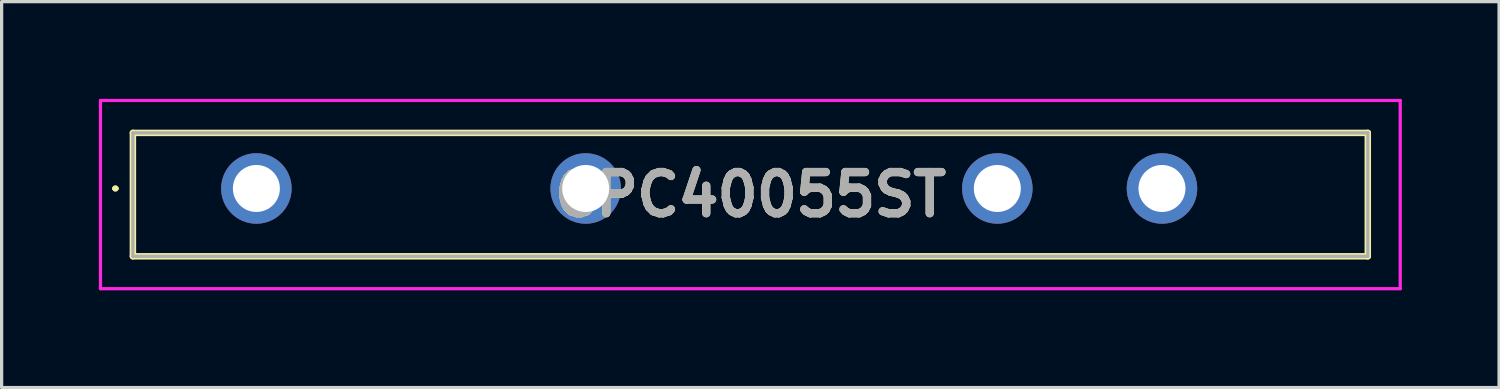
<source format=kicad_pcb>
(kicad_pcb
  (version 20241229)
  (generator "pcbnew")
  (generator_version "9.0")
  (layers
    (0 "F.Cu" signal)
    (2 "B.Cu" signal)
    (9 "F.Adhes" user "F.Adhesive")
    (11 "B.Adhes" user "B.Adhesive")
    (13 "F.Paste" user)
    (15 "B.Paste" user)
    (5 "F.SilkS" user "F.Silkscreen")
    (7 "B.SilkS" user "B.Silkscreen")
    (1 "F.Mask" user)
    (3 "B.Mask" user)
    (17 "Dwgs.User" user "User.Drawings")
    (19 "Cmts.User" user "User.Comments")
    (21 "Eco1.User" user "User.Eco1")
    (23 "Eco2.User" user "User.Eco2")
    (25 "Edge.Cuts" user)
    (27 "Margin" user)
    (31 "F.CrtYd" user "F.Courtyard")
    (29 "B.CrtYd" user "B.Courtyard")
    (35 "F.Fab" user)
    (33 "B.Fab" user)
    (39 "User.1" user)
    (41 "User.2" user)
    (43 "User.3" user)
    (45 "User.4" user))
  (footprint "CPC40055ST"
    (layer "F.Cu")
    (at 4.86 2.765)
    (property "Reference" "CPC40055ST" (at 15.24 0.189 0) (layer "F.SilkS") (effects (font (size 1.27 1.27) (thickness 0.254))))
    (attr through_hole)
    (fp_line (start -4.4 0) (end -4.4 0) (stroke (width 0.1) (type solid)) (layer "F.SilkS"))
    (fp_line (start -4.3 0) (end -4.3 0) (stroke (width 0.1) (type solid)) (layer "F.SilkS"))
    (fp_line (start -3.81 -1.715) (end 34.29 -1.715) (stroke (width 0.2) (type solid)) (layer "F.SilkS"))
    (fp_line (start -3.81 2.092) (end -3.81 -1.715) (stroke (width 0.2) (type solid)) (layer "F.SilkS"))
    (fp_line (start 34.29 -1.715) (end 34.29 2.092) (stroke (width 0.2) (type solid)) (layer "F.SilkS"))
    (fp_line (start 34.29 2.092) (end -3.81 2.092) (stroke (width 0.2) (type solid)) (layer "F.SilkS"))
    (fp_arc (start -4.4 0) (mid -4.35 -0.05) (end -4.3 0) (stroke (width 0.1) (type solid)) (layer "F.SilkS"))
    (fp_arc (start -4.3 0) (mid -4.35 0.05) (end -4.4 0) (stroke (width 0.1) (type solid)) (layer "F.SilkS"))
    (fp_line (start -4.81 -2.715) (end 35.29 -2.715) (stroke (width 0.1) (type solid)) (layer "F.CrtYd"))
    (fp_line (start -4.81 3.092) (end -4.81 -2.715) (stroke (width 0.1) (type solid)) (layer "F.CrtYd"))
    (fp_line (start 35.29 -2.715) (end 35.29 3.092) (stroke (width 0.1) (type solid)) (layer "F.CrtYd"))
    (fp_line (start 35.29 3.092) (end -4.81 3.092) (stroke (width 0.1) (type solid)) (layer "F.CrtYd"))
    (fp_line (start -3.81 -1.715) (end 34.29 -1.715) (stroke (width 0.1) (type solid)) (layer "F.Fab"))
    (fp_line (start -3.81 2.092) (end -3.81 -1.715) (stroke (width 0.1) (type solid)) (layer "F.Fab"))
    (fp_line (start 34.29 -1.715) (end 34.29 2.092) (stroke (width 0.1) (type solid)) (layer "F.Fab"))
    (fp_line (start 34.29 2.092) (end -3.81 2.092) (stroke (width 0.1) (type solid)) (layer "F.Fab"))
    (fp_text user "${REFERENCE}" (at 15.24 0.189 0) (layer "F.Fab") (effects (font (size 1.27 1.27) (thickness 0.254))))
    (pad "1" thru_hole circle (at 0 0) (size 2.175 2.175) (drill 1.45) (layers "*.Cu" "*.Mask"))
    (pad "2" thru_hole circle (at 10.16 0) (size 2.175 2.175) (drill 1.45) (layers "*.Cu" "*.Mask"))
    (pad "3" thru_hole circle (at 22.86 0) (size 2.175 2.175) (drill 1.45) (layers "*.Cu" "*.Mask"))
    (pad "4" thru_hole circle (at 27.94 0) (size 2.175 2.175) (drill 1.45) (layers "*.Cu" "*.Mask")))
  (gr_rect
    (start -3 -3)
    (end 43.2 8.907)
    (stroke (width 0.1) (type default))
    (fill no)
    (layer "Edge.Cuts")))
</source>
